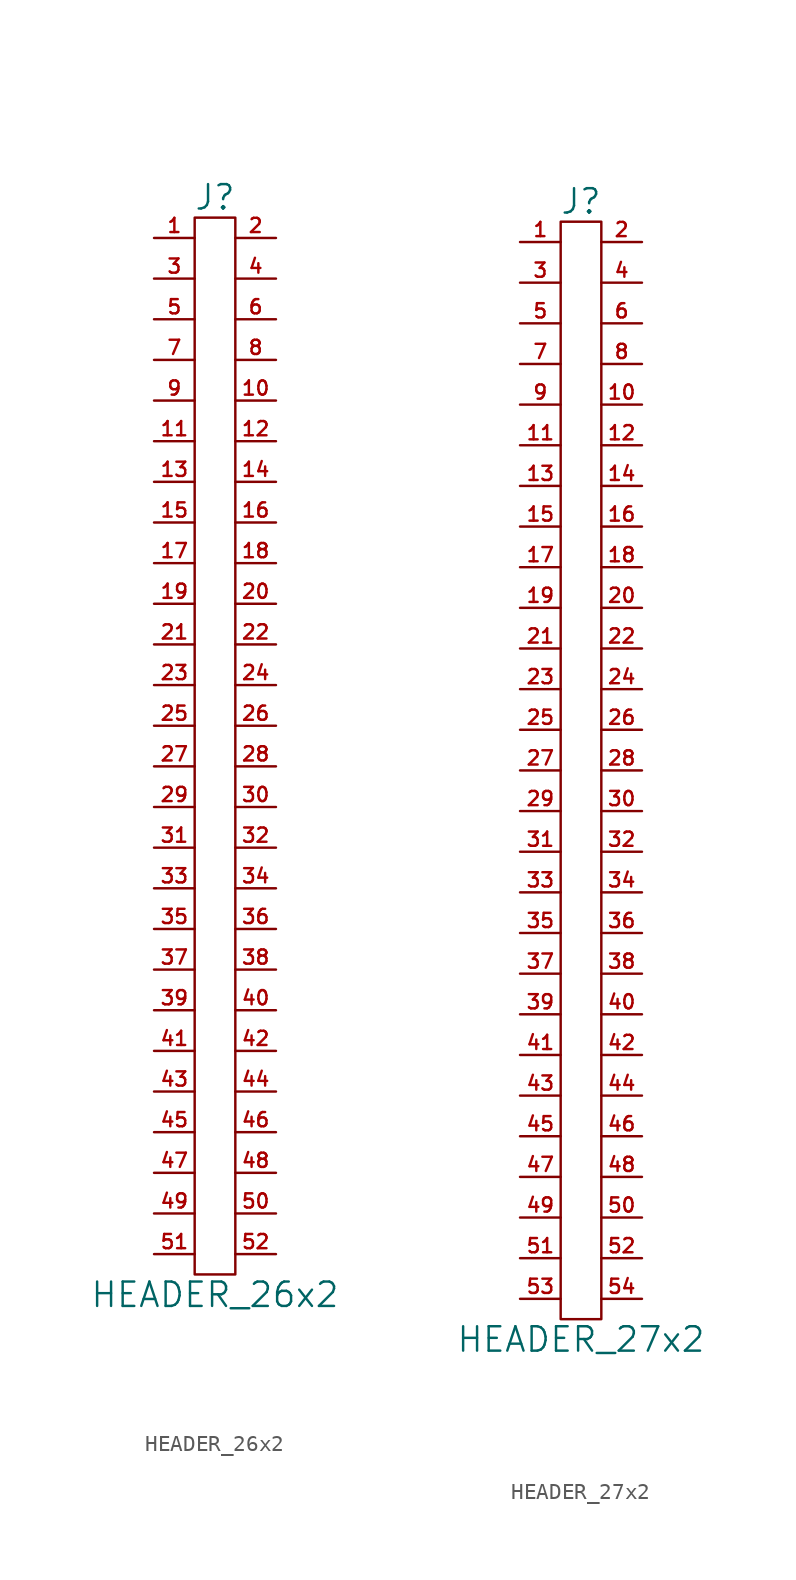
<source format=kicad_sym>
(kicad_symbol_lib
  (version 20211014)
  (generator kicad_symbol_editor)
  (symbol "HEADER_26x2"
    (pin_names
      (offset 0))
    (property "Reference" "J"
      (at 0 34.29 0)
      (effects (font (size 1.524 1.524))))
    (property "Value" "HEADER_26x2"
      (at 0 -34.29 0)
      (effects (font (size 1.524 1.524))))
    (property "Footprint" ""
      (at 0 -5.08 0)
      (effects (font (size 1.524 1.524))))
    (property "Datasheet" ""
      (at 0 -5.08 0)
      (effects (font (size 1.524 1.524))))
    (symbol "HEADER_26x2_0_1"
      (rectangle (start 1.27 -33.02) (end -1.27 33.02) (stroke (width 0) (type default) (color 0 0 0 0)) (fill (type none))))
    (symbol "HEADER_26x2_1_1"
      (pin passive line (at -3.81 31.75 0) (length 2.54) (name "~" (effects (font (size 1.27 1.27)))) (number "1" (effects (font (size 0.889 0.889)))))
      (pin passive line (at 3.81 21.59 180) (length 2.54) (name "~" (effects (font (size 1.27 1.27)))) (number "10" (effects (font (size 0.889 0.889)))))
      (pin passive line (at -3.81 19.05 0) (length 2.54) (name "~" (effects (font (size 1.27 1.27)))) (number "11" (effects (font (size 0.889 0.889)))))
      (pin passive line (at 3.81 19.05 180) (length 2.54) (name "~" (effects (font (size 1.27 1.27)))) (number "12" (effects (font (size 0.889 0.889)))))
      (pin passive line (at -3.81 16.51 0) (length 2.54) (name "~" (effects (font (size 1.27 1.27)))) (number "13" (effects (font (size 0.889 0.889)))))
      (pin passive line (at 3.81 16.51 180) (length 2.54) (name "~" (effects (font (size 1.27 1.27)))) (number "14" (effects (font (size 0.889 0.889)))))
      (pin passive line (at -3.81 13.97 0) (length 2.54) (name "~" (effects (font (size 1.27 1.27)))) (number "15" (effects (font (size 0.889 0.889)))))
      (pin passive line (at 3.81 13.97 180) (length 2.54) (name "~" (effects (font (size 1.27 1.27)))) (number "16" (effects (font (size 0.889 0.889)))))
      (pin passive line (at -3.81 11.43 0) (length 2.54) (name "~" (effects (font (size 1.27 1.27)))) (number "17" (effects (font (size 0.889 0.889)))))
      (pin passive line (at 3.81 11.43 180) (length 2.54) (name "~" (effects (font (size 1.27 1.27)))) (number "18" (effects (font (size 0.889 0.889)))))
      (pin passive line (at -3.81 8.89 0) (length 2.54) (name "~" (effects (font (size 1.27 1.27)))) (number "19" (effects (font (size 0.889 0.889)))))
      (pin passive line (at 3.81 31.75 180) (length 2.54) (name "~" (effects (font (size 1.27 1.27)))) (number "2" (effects (font (size 0.889 0.889)))))
      (pin passive line (at 3.81 8.89 180) (length 2.54) (name "~" (effects (font (size 1.27 1.27)))) (number "20" (effects (font (size 0.889 0.889)))))
      (pin passive line (at -3.81 6.35 0) (length 2.54) (name "~" (effects (font (size 1.27 1.27)))) (number "21" (effects (font (size 0.889 0.889)))))
      (pin passive line (at 3.81 6.35 180) (length 2.54) (name "~" (effects (font (size 1.27 1.27)))) (number "22" (effects (font (size 0.889 0.889)))))
      (pin passive line (at -3.81 3.81 0) (length 2.54) (name "~" (effects (font (size 1.27 1.27)))) (number "23" (effects (font (size 0.889 0.889)))))
      (pin passive line (at 3.81 3.81 180) (length 2.54) (name "~" (effects (font (size 1.27 1.27)))) (number "24" (effects (font (size 0.889 0.889)))))
      (pin passive line (at -3.81 1.27 0) (length 2.54) (name "~" (effects (font (size 1.27 1.27)))) (number "25" (effects (font (size 0.889 0.889)))))
      (pin passive line (at 3.81 1.27 180) (length 2.54) (name "~" (effects (font (size 1.27 1.27)))) (number "26" (effects (font (size 0.889 0.889)))))
      (pin passive line (at -3.81 -1.27 0) (length 2.54) (name "~" (effects (font (size 1.27 1.27)))) (number "27" (effects (font (size 0.889 0.889)))))
      (pin passive line (at 3.81 -1.27 180) (length 2.54) (name "~" (effects (font (size 1.27 1.27)))) (number "28" (effects (font (size 0.889 0.889)))))
      (pin passive line (at -3.81 -3.81 0) (length 2.54) (name "~" (effects (font (size 1.27 1.27)))) (number "29" (effects (font (size 0.889 0.889)))))
      (pin passive line (at -3.81 29.21 0) (length 2.54) (name "~" (effects (font (size 1.27 1.27)))) (number "3" (effects (font (size 0.889 0.889)))))
      (pin passive line (at 3.81 -3.81 180) (length 2.54) (name "~" (effects (font (size 1.27 1.27)))) (number "30" (effects (font (size 0.889 0.889)))))
      (pin passive line (at -3.81 -6.35 0) (length 2.54) (name "~" (effects (font (size 1.27 1.27)))) (number "31" (effects (font (size 0.889 0.889)))))
      (pin passive line (at 3.81 -6.35 180) (length 2.54) (name "~" (effects (font (size 1.27 1.27)))) (number "32" (effects (font (size 0.889 0.889)))))
      (pin passive line (at -3.81 -8.89 0) (length 2.54) (name "~" (effects (font (size 1.27 1.27)))) (number "33" (effects (font (size 0.889 0.889)))))
      (pin passive line (at 3.81 -8.89 180) (length 2.54) (name "~" (effects (font (size 1.27 1.27)))) (number "34" (effects (font (size 0.889 0.889)))))
      (pin passive line (at -3.81 -11.43 0) (length 2.54) (name "~" (effects (font (size 1.27 1.27)))) (number "35" (effects (font (size 0.889 0.889)))))
      (pin passive line (at 3.81 -11.43 180) (length 2.54) (name "~" (effects (font (size 1.27 1.27)))) (number "36" (effects (font (size 0.889 0.889)))))
      (pin passive line (at -3.81 -13.97 0) (length 2.54) (name "~" (effects (font (size 0.889 0.889)))) (number "37" (effects (font (size 0.889 0.889)))))
      (pin passive line (at 3.81 -13.97 180) (length 2.54) (name "~" (effects (font (size 1.27 1.27)))) (number "38" (effects (font (size 0.889 0.889)))))
      (pin passive line (at -3.81 -16.51 0) (length 2.54) (name "~" (effects (font (size 1.27 1.27)))) (number "39" (effects (font (size 0.889 0.889)))))
      (pin passive line (at 3.81 29.21 180) (length 2.54) (name "~" (effects (font (size 1.27 1.27)))) (number "4" (effects (font (size 0.889 0.889)))))
      (pin passive line (at 3.81 -16.51 180) (length 2.54) (name "~" (effects (font (size 1.27 1.27)))) (number "40" (effects (font (size 0.889 0.889)))))
      (pin passive line (at -3.81 -19.05 0) (length 2.54) (name "~" (effects (font (size 1.27 1.27)))) (number "41" (effects (font (size 0.889 0.889)))))
      (pin passive line (at 3.81 -19.05 180) (length 2.54) (name "~" (effects (font (size 1.27 1.27)))) (number "42" (effects (font (size 0.889 0.889)))))
      (pin passive line (at -3.81 -21.59 0) (length 2.54) (name "~" (effects (font (size 1.27 1.27)))) (number "43" (effects (font (size 0.889 0.889)))))
      (pin passive line (at 3.81 -21.59 180) (length 2.54) (name "~" (effects (font (size 1.27 1.27)))) (number "44" (effects (font (size 0.889 0.889)))))
      (pin passive line (at -3.81 -24.13 0) (length 2.54) (name "~" (effects (font (size 1.27 1.27)))) (number "45" (effects (font (size 0.889 0.889)))))
      (pin passive line (at 3.81 -24.13 180) (length 2.54) (name "~" (effects (font (size 1.27 1.27)))) (number "46" (effects (font (size 0.889 0.889)))))
      (pin passive line (at -3.81 -26.67 0) (length 2.54) (name "~" (effects (font (size 1.27 1.27)))) (number "47" (effects (font (size 0.889 0.889)))))
      (pin passive line (at 3.81 -26.67 180) (length 2.54) (name "~" (effects (font (size 1.27 1.27)))) (number "48" (effects (font (size 0.889 0.889)))))
      (pin passive line (at -3.81 -29.21 0) (length 2.54) (name "~" (effects (font (size 1.27 1.27)))) (number "49" (effects (font (size 0.889 0.889)))))
      (pin passive line (at -3.81 26.67 0) (length 2.54) (name "~" (effects (font (size 1.27 1.27)))) (number "5" (effects (font (size 0.889 0.889)))))
      (pin passive line (at 3.81 -29.21 180) (length 2.54) (name "~" (effects (font (size 1.27 1.27)))) (number "50" (effects (font (size 0.889 0.889)))))
      (pin passive line (at -3.81 -31.75 0) (length 2.54) (name "~" (effects (font (size 1.27 1.27)))) (number "51" (effects (font (size 0.889 0.889)))))
      (pin passive line (at 3.81 -31.75 180) (length 2.54) (name "~" (effects (font (size 1.27 1.27)))) (number "52" (effects (font (size 0.889 0.889)))))
      (pin passive line (at 3.81 26.67 180) (length 2.54) (name "~" (effects (font (size 1.27 1.27)))) (number "6" (effects (font (size 0.889 0.889)))))
      (pin passive line (at -3.81 24.13 0) (length 2.54) (name "~" (effects (font (size 1.27 1.27)))) (number "7" (effects (font (size 0.889 0.889)))))
      (pin passive line (at 3.81 24.13 180) (length 2.54) (name "~" (effects (font (size 1.27 1.27)))) (number "8" (effects (font (size 0.889 0.889)))))
      (pin passive line (at -3.81 21.59 0) (length 2.54) (name "~" (effects (font (size 1.27 1.27)))) (number "9" (effects (font (size 0.889 0.889)))))))
  (symbol "HEADER_27x2"
    (pin_names
      (offset 0))
    (property "Reference" "J"
      (at 0 35.56 0)
      (effects (font (size 1.524 1.524))))
    (property "Value" "HEADER_27x2"
      (at 0 -35.56 0)
      (effects (font (size 1.524 1.524))))
    (property "Footprint" ""
      (at 0 -3.81 0)
      (effects (font (size 1.524 1.524))))
    (property "Datasheet" ""
      (at 0 -3.81 0)
      (effects (font (size 1.524 1.524))))
    (symbol "HEADER_27x2_0_1"
      (rectangle (start 1.27 -34.29) (end -1.27 34.29) (stroke (width 0) (type default) (color 0 0 0 0)) (fill (type none))))
    (symbol "HEADER_27x2_1_1"
      (pin passive line (at -3.81 33.02 0) (length 2.54) (name "~" (effects (font (size 1.27 1.27)))) (number "1" (effects (font (size 0.889 0.889)))))
      (pin passive line (at 3.81 22.86 180) (length 2.54) (name "~" (effects (font (size 1.27 1.27)))) (number "10" (effects (font (size 0.889 0.889)))))
      (pin passive line (at -3.81 20.32 0) (length 2.54) (name "~" (effects (font (size 1.27 1.27)))) (number "11" (effects (font (size 0.889 0.889)))))
      (pin passive line (at 3.81 20.32 180) (length 2.54) (name "~" (effects (font (size 1.27 1.27)))) (number "12" (effects (font (size 0.889 0.889)))))
      (pin passive line (at -3.81 17.78 0) (length 2.54) (name "~" (effects (font (size 1.27 1.27)))) (number "13" (effects (font (size 0.889 0.889)))))
      (pin passive line (at 3.81 17.78 180) (length 2.54) (name "~" (effects (font (size 1.27 1.27)))) (number "14" (effects (font (size 0.889 0.889)))))
      (pin passive line (at -3.81 15.24 0) (length 2.54) (name "~" (effects (font (size 1.27 1.27)))) (number "15" (effects (font (size 0.889 0.889)))))
      (pin passive line (at 3.81 15.24 180) (length 2.54) (name "~" (effects (font (size 1.27 1.27)))) (number "16" (effects (font (size 0.889 0.889)))))
      (pin passive line (at -3.81 12.7 0) (length 2.54) (name "~" (effects (font (size 1.27 1.27)))) (number "17" (effects (font (size 0.889 0.889)))))
      (pin passive line (at 3.81 12.7 180) (length 2.54) (name "~" (effects (font (size 1.27 1.27)))) (number "18" (effects (font (size 0.889 0.889)))))
      (pin passive line (at -3.81 10.16 0) (length 2.54) (name "~" (effects (font (size 1.27 1.27)))) (number "19" (effects (font (size 0.889 0.889)))))
      (pin passive line (at 3.81 33.02 180) (length 2.54) (name "~" (effects (font (size 1.27 1.27)))) (number "2" (effects (font (size 0.889 0.889)))))
      (pin passive line (at 3.81 10.16 180) (length 2.54) (name "~" (effects (font (size 1.27 1.27)))) (number "20" (effects (font (size 0.889 0.889)))))
      (pin passive line (at -3.81 7.62 0) (length 2.54) (name "~" (effects (font (size 1.27 1.27)))) (number "21" (effects (font (size 0.889 0.889)))))
      (pin passive line (at 3.81 7.62 180) (length 2.54) (name "~" (effects (font (size 1.27 1.27)))) (number "22" (effects (font (size 0.889 0.889)))))
      (pin passive line (at -3.81 5.08 0) (length 2.54) (name "~" (effects (font (size 1.27 1.27)))) (number "23" (effects (font (size 0.889 0.889)))))
      (pin passive line (at 3.81 5.08 180) (length 2.54) (name "~" (effects (font (size 1.27 1.27)))) (number "24" (effects (font (size 0.889 0.889)))))
      (pin passive line (at -3.81 2.54 0) (length 2.54) (name "~" (effects (font (size 1.27 1.27)))) (number "25" (effects (font (size 0.889 0.889)))))
      (pin passive line (at 3.81 2.54 180) (length 2.54) (name "~" (effects (font (size 1.27 1.27)))) (number "26" (effects (font (size 0.889 0.889)))))
      (pin passive line (at -3.81 0 0) (length 2.54) (name "~" (effects (font (size 1.27 1.27)))) (number "27" (effects (font (size 0.889 0.889)))))
      (pin passive line (at 3.81 0 180) (length 2.54) (name "~" (effects (font (size 1.27 1.27)))) (number "28" (effects (font (size 0.889 0.889)))))
      (pin passive line (at -3.81 -2.54 0) (length 2.54) (name "~" (effects (font (size 1.27 1.27)))) (number "29" (effects (font (size 0.889 0.889)))))
      (pin passive line (at -3.81 30.48 0) (length 2.54) (name "~" (effects (font (size 1.27 1.27)))) (number "3" (effects (font (size 0.889 0.889)))))
      (pin passive line (at 3.81 -2.54 180) (length 2.54) (name "~" (effects (font (size 1.27 1.27)))) (number "30" (effects (font (size 0.889 0.889)))))
      (pin passive line (at -3.81 -5.08 0) (length 2.54) (name "~" (effects (font (size 1.27 1.27)))) (number "31" (effects (font (size 0.889 0.889)))))
      (pin passive line (at 3.81 -5.08 180) (length 2.54) (name "~" (effects (font (size 1.27 1.27)))) (number "32" (effects (font (size 0.889 0.889)))))
      (pin passive line (at -3.81 -7.62 0) (length 2.54) (name "~" (effects (font (size 1.27 1.27)))) (number "33" (effects (font (size 0.889 0.889)))))
      (pin passive line (at 3.81 -7.62 180) (length 2.54) (name "~" (effects (font (size 1.27 1.27)))) (number "34" (effects (font (size 0.889 0.889)))))
      (pin passive line (at -3.81 -10.16 0) (length 2.54) (name "~" (effects (font (size 1.27 1.27)))) (number "35" (effects (font (size 0.889 0.889)))))
      (pin passive line (at 3.81 -10.16 180) (length 2.54) (name "~" (effects (font (size 1.27 1.27)))) (number "36" (effects (font (size 0.889 0.889)))))
      (pin passive line (at -3.81 -12.7 0) (length 2.54) (name "~" (effects (font (size 0.889 0.889)))) (number "37" (effects (font (size 0.889 0.889)))))
      (pin passive line (at 3.81 -12.7 180) (length 2.54) (name "~" (effects (font (size 1.27 1.27)))) (number "38" (effects (font (size 0.889 0.889)))))
      (pin passive line (at -3.81 -15.24 0) (length 2.54) (name "~" (effects (font (size 1.27 1.27)))) (number "39" (effects (font (size 0.889 0.889)))))
      (pin passive line (at 3.81 30.48 180) (length 2.54) (name "~" (effects (font (size 1.27 1.27)))) (number "4" (effects (font (size 0.889 0.889)))))
      (pin passive line (at 3.81 -15.24 180) (length 2.54) (name "~" (effects (font (size 1.27 1.27)))) (number "40" (effects (font (size 0.889 0.889)))))
      (pin passive line (at -3.81 -17.78 0) (length 2.54) (name "~" (effects (font (size 1.27 1.27)))) (number "41" (effects (font (size 0.889 0.889)))))
      (pin passive line (at 3.81 -17.78 180) (length 2.54) (name "~" (effects (font (size 1.27 1.27)))) (number "42" (effects (font (size 0.889 0.889)))))
      (pin passive line (at -3.81 -20.32 0) (length 2.54) (name "~" (effects (font (size 1.27 1.27)))) (number "43" (effects (font (size 0.889 0.889)))))
      (pin passive line (at 3.81 -20.32 180) (length 2.54) (name "~" (effects (font (size 1.27 1.27)))) (number "44" (effects (font (size 0.889 0.889)))))
      (pin passive line (at -3.81 -22.86 0) (length 2.54) (name "~" (effects (font (size 1.27 1.27)))) (number "45" (effects (font (size 0.889 0.889)))))
      (pin passive line (at 3.81 -22.86 180) (length 2.54) (name "~" (effects (font (size 1.27 1.27)))) (number "46" (effects (font (size 0.889 0.889)))))
      (pin passive line (at -3.81 -25.4 0) (length 2.54) (name "~" (effects (font (size 1.27 1.27)))) (number "47" (effects (font (size 0.889 0.889)))))
      (pin passive line (at 3.81 -25.4 180) (length 2.54) (name "~" (effects (font (size 1.27 1.27)))) (number "48" (effects (font (size 0.889 0.889)))))
      (pin passive line (at -3.81 -27.94 0) (length 2.54) (name "~" (effects (font (size 1.27 1.27)))) (number "49" (effects (font (size 0.889 0.889)))))
      (pin passive line (at -3.81 27.94 0) (length 2.54) (name "~" (effects (font (size 1.27 1.27)))) (number "5" (effects (font (size 0.889 0.889)))))
      (pin passive line (at 3.81 -27.94 180) (length 2.54) (name "~" (effects (font (size 1.27 1.27)))) (number "50" (effects (font (size 0.889 0.889)))))
      (pin passive line (at -3.81 -30.48 0) (length 2.54) (name "~" (effects (font (size 1.27 1.27)))) (number "51" (effects (font (size 0.889 0.889)))))
      (pin passive line (at 3.81 -30.48 180) (length 2.54) (name "~" (effects (font (size 1.27 1.27)))) (number "52" (effects (font (size 0.889 0.889)))))
      (pin passive line (at -3.81 -33.02 0) (length 2.54) (name "~" (effects (font (size 1.27 1.27)))) (number "53" (effects (font (size 0.889 0.889)))))
      (pin passive line (at 3.81 -33.02 180) (length 2.54) (name "~" (effects (font (size 1.27 1.27)))) (number "54" (effects (font (size 0.889 0.889)))))
      (pin passive line (at 3.81 27.94 180) (length 2.54) (name "~" (effects (font (size 1.27 1.27)))) (number "6" (effects (font (size 0.889 0.889)))))
      (pin passive line (at -3.81 25.4 0) (length 2.54) (name "~" (effects (font (size 1.27 1.27)))) (number "7" (effects (font (size 0.889 0.889)))))
      (pin passive line (at 3.81 25.4 180) (length 2.54) (name "~" (effects (font (size 1.27 1.27)))) (number "8" (effects (font (size 0.889 0.889)))))
      (pin passive line (at -3.81 22.86 0) (length 2.54) (name "~" (effects (font (size 1.27 1.27)))) (number "9" (effects (font (size 0.889 0.889))))))))
</source>
